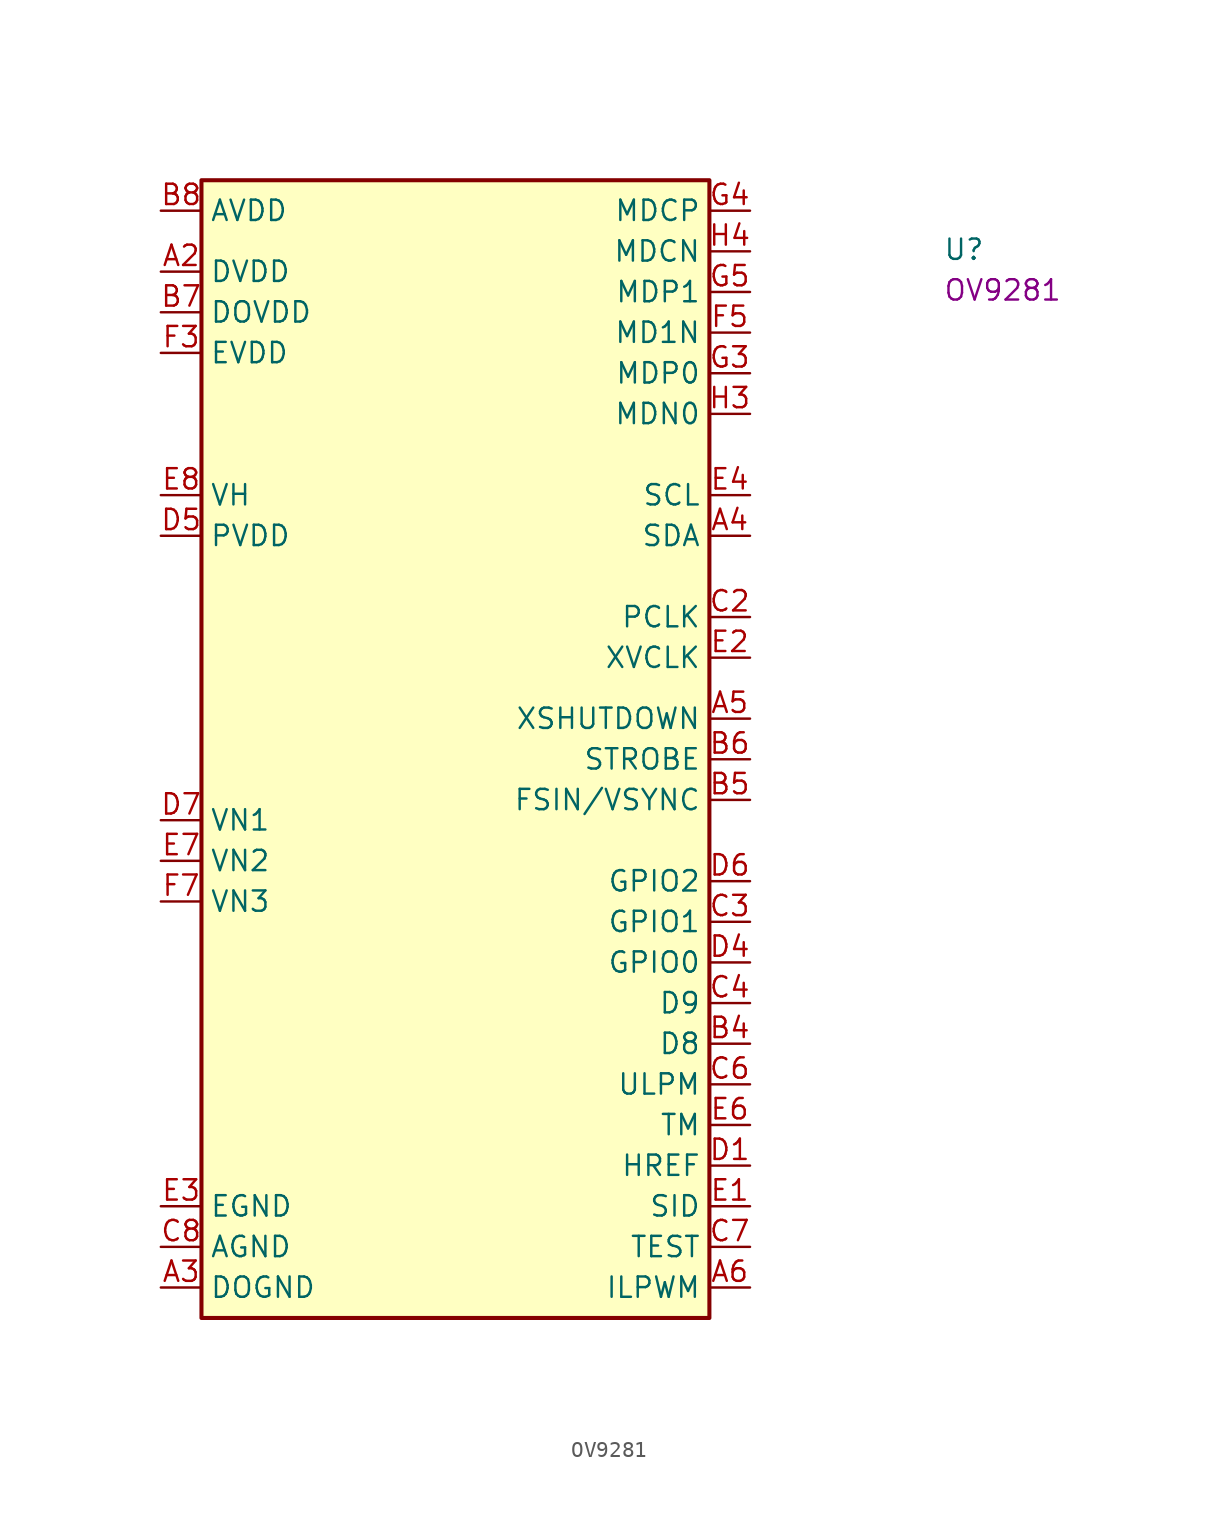
<source format=kicad_sym>
(kicad_symbol_lib
  (version 20220914)
  (generator kicad_symbol_editor)
  (symbol "OV9281"
    (property "Reference" "U"
      (at 48.895 -3.175 0)
      (effects (font (size 1.27 1.27) (thickness 0.15)) (justify left bottom)))
    (property "MPN" "OV9281"
      (at 48.895 -5.715 0)
      (effects (font (size 1.27 1.27) (thickness 0.15)) (justify left bottom)))
    (symbol "OV9281_1_1"
      (rectangle (start 2.54 1.905) (end 34.29 -69.215) (stroke (width 0.254) (type default)) (fill (type background)))
      (pin no_connect line (at 2.54 -49.53 0) (length 2.54) hide (name "~" (effects (font (size 1.27 1.27)))) (number "A1" (effects (font (size 1.27 1.27)))))
      (pin passive line (at 0 -3.81 0) (length 2.54) (name "DVDD" (effects (font (size 1.27 1.27)))) (number "A2" (effects (font (size 1.27 1.27)))))
      (pin power_in line (at 0 -67.31 0) (length 2.54) (name "DOGND" (effects (font (size 1.27 1.27)))) (number "A3" (effects (font (size 1.27 1.27)))))
      (pin passive line (at 36.83 -20.32 180) (length 2.54) (name "SDA" (effects (font (size 1.27 1.27)))) (number "A4" (effects (font (size 1.27 1.27)))))
      (pin passive line (at 36.83 -31.75 180) (length 2.54) (name "XSHUTDOWN" (effects (font (size 1.27 1.27)))) (number "A5" (effects (font (size 1.27 1.27)))))
      (pin passive line (at 36.83 -67.31 180) (length 2.54) (name "ILPWM" (effects (font (size 1.27 1.27)))) (number "A6" (effects (font (size 1.27 1.27)))))
      (pin passive line (at 0 -67.31 0) (length 2.54) hide (name "DOGND" (effects (font (size 1.27 1.27)))) (number "A7" (effects (font (size 1.27 1.27)))))
      (pin no_connect line (at 2.54 -50.8 0) (length 2.54) hide (name "~" (effects (font (size 1.27 1.27)))) (number "A8" (effects (font (size 1.27 1.27)))))
      (pin passive line (at 0 -3.81 0) (length 2.54) hide (name "DVDD" (effects (font (size 1.27 1.27)))) (number "B1" (effects (font (size 1.27 1.27)))))
      (pin passive line (at 0 -67.31 0) (length 2.54) hide (name "DOGND" (effects (font (size 1.27 1.27)))) (number "B2" (effects (font (size 1.27 1.27)))))
      (pin passive line (at 0 -3.81 0) (length 2.54) hide (name "DVDD" (effects (font (size 1.27 1.27)))) (number "B3" (effects (font (size 1.27 1.27)))))
      (pin passive line (at 36.83 -52.07 180) (length 2.54) (name "D8" (effects (font (size 1.27 1.27)))) (number "B4" (effects (font (size 1.27 1.27)))))
      (pin passive line (at 36.83 -36.83 180) (length 2.54) (name "FSIN/VSYNC" (effects (font (size 1.27 1.27)))) (number "B5" (effects (font (size 1.27 1.27)))))
      (pin passive line (at 36.83 -34.29 180) (length 2.54) (name "STROBE" (effects (font (size 1.27 1.27)))) (number "B6" (effects (font (size 1.27 1.27)))))
      (pin passive line (at 0 -6.35 0) (length 2.54) (name "DOVDD" (effects (font (size 1.27 1.27)))) (number "B7" (effects (font (size 1.27 1.27)))))
      (pin passive line (at 0 0 0) (length 2.54) (name "AVDD" (effects (font (size 1.27 1.27)))) (number "B8" (effects (font (size 1.27 1.27)))))
      (pin passive line (at 0 0 0) (length 2.54) hide (name "AVDD" (effects (font (size 1.27 1.27)))) (number "C1" (effects (font (size 1.27 1.27)))))
      (pin passive line (at 36.83 -25.4 180) (length 2.54) (name "PCLK" (effects (font (size 1.27 1.27)))) (number "C2" (effects (font (size 1.27 1.27)))))
      (pin passive line (at 36.83 -44.45 180) (length 2.54) (name "GPIO1" (effects (font (size 1.27 1.27)))) (number "C3" (effects (font (size 1.27 1.27)))))
      (pin passive line (at 36.83 -49.53 180) (length 2.54) (name "D9" (effects (font (size 1.27 1.27)))) (number "C4" (effects (font (size 1.27 1.27)))))
      (pin passive line (at 0 -3.81 0) (length 2.54) hide (name "DVDD" (effects (font (size 1.27 1.27)))) (number "C5" (effects (font (size 1.27 1.27)))))
      (pin passive line (at 36.83 -54.61 180) (length 2.54) (name "ULPM" (effects (font (size 1.27 1.27)))) (number "C6" (effects (font (size 1.27 1.27)))))
      (pin passive line (at 36.83 -64.77 180) (length 2.54) (name "TEST" (effects (font (size 1.27 1.27)))) (number "C7" (effects (font (size 1.27 1.27)))))
      (pin passive line (at 0 -64.77 0) (length 2.54) (name "AGND" (effects (font (size 1.27 1.27)))) (number "C8" (effects (font (size 1.27 1.27)))))
      (pin passive line (at 36.83 -59.69 180) (length 2.54) (name "HREF" (effects (font (size 1.27 1.27)))) (number "D1" (effects (font (size 1.27 1.27)))))
      (pin passive line (at 0 -64.77 0) (length 2.54) hide (name "AGND" (effects (font (size 1.27 1.27)))) (number "D2" (effects (font (size 1.27 1.27)))))
      (pin passive line (at 0 -6.35 0) (length 2.54) hide (name "DOVDD" (effects (font (size 1.27 1.27)))) (number "D3" (effects (font (size 1.27 1.27)))))
      (pin passive line (at 36.83 -46.99 180) (length 2.54) (name "GPIO0" (effects (font (size 1.27 1.27)))) (number "D4" (effects (font (size 1.27 1.27)))))
      (pin passive line (at 0 -20.32 0) (length 2.54) (name "PVDD" (effects (font (size 1.27 1.27)))) (number "D5" (effects (font (size 1.27 1.27)))))
      (pin passive line (at 36.83 -41.91 180) (length 2.54) (name "GPIO2" (effects (font (size 1.27 1.27)))) (number "D6" (effects (font (size 1.27 1.27)))))
      (pin passive line (at 0 -38.1 0) (length 2.54) (name "VN1" (effects (font (size 1.27 1.27)))) (number "D7" (effects (font (size 1.27 1.27)))))
      (pin passive line (at 0 -3.81 0) (length 2.54) hide (name "DVDD" (effects (font (size 1.27 1.27)))) (number "D8" (effects (font (size 1.27 1.27)))))
      (pin passive line (at 36.83 -62.23 180) (length 2.54) (name "SID" (effects (font (size 1.27 1.27)))) (number "E1" (effects (font (size 1.27 1.27)))))
      (pin passive line (at 36.83 -27.94 180) (length 2.54) (name "XVCLK" (effects (font (size 1.27 1.27)))) (number "E2" (effects (font (size 1.27 1.27)))))
      (pin passive line (at 0 -62.23 0) (length 2.54) (name "EGND" (effects (font (size 1.27 1.27)))) (number "E3" (effects (font (size 1.27 1.27)))))
      (pin passive line (at 36.83 -17.78 180) (length 2.54) (name "SCL" (effects (font (size 1.27 1.27)))) (number "E4" (effects (font (size 1.27 1.27)))))
      (pin passive line (at 0 -62.23 0) (length 2.54) hide (name "EGND" (effects (font (size 1.27 1.27)))) (number "E5" (effects (font (size 1.27 1.27)))))
      (pin passive line (at 36.83 -57.15 180) (length 2.54) (name "TM" (effects (font (size 1.27 1.27)))) (number "E6" (effects (font (size 1.27 1.27)))))
      (pin passive line (at 0 -40.64 0) (length 2.54) (name "VN2" (effects (font (size 1.27 1.27)))) (number "E7" (effects (font (size 1.27 1.27)))))
      (pin passive line (at 0 -17.78 0) (length 2.54) (name "VH" (effects (font (size 1.27 1.27)))) (number "E8" (effects (font (size 1.27 1.27)))))
      (pin passive line (at 0 -67.31 0) (length 2.54) hide (name "DOGND" (effects (font (size 1.27 1.27)))) (number "F1" (effects (font (size 1.27 1.27)))))
      (pin passive line (at 0 -3.81 0) (length 2.54) hide (name "DVDD" (effects (font (size 1.27 1.27)))) (number "F2" (effects (font (size 1.27 1.27)))))
      (pin passive line (at 0 -8.89 0) (length 2.54) (name "EVDD" (effects (font (size 1.27 1.27)))) (number "F3" (effects (font (size 1.27 1.27)))))
      (pin passive line (at 0 -67.31 0) (length 2.54) hide (name "DOGND" (effects (font (size 1.27 1.27)))) (number "F4" (effects (font (size 1.27 1.27)))))
      (pin passive line (at 36.83 -7.62 180) (length 2.54) (name "MD1N" (effects (font (size 1.27 1.27)))) (number "F5" (effects (font (size 1.27 1.27)))))
      (pin passive line (at 0 -67.31 0) (length 2.54) hide (name "DOGND" (effects (font (size 1.27 1.27)))) (number "F6" (effects (font (size 1.27 1.27)))))
      (pin passive line (at 0 -43.18 0) (length 2.54) (name "VN3" (effects (font (size 1.27 1.27)))) (number "F7" (effects (font (size 1.27 1.27)))))
      (pin passive line (at 0 -64.77 0) (length 2.54) hide (name "AGND" (effects (font (size 1.27 1.27)))) (number "F8" (effects (font (size 1.27 1.27)))))
      (pin passive line (at 0 -3.81 0) (length 2.54) hide (name "DVDD" (effects (font (size 1.27 1.27)))) (number "G1" (effects (font (size 1.27 1.27)))))
      (pin passive line (at 0 -67.31 0) (length 2.54) hide (name "DOGND" (effects (font (size 1.27 1.27)))) (number "G2" (effects (font (size 1.27 1.27)))))
      (pin passive line (at 36.83 -10.16 180) (length 2.54) (name "MDP0" (effects (font (size 1.27 1.27)))) (number "G3" (effects (font (size 1.27 1.27)))))
      (pin passive line (at 36.83 0 180) (length 2.54) (name "MDCP" (effects (font (size 1.27 1.27)))) (number "G4" (effects (font (size 1.27 1.27)))))
      (pin passive line (at 36.83 -5.08 180) (length 2.54) (name "MDP1" (effects (font (size 1.27 1.27)))) (number "G5" (effects (font (size 1.27 1.27)))))
      (pin passive line (at 0 -3.81 0) (length 2.54) hide (name "DVDD" (effects (font (size 1.27 1.27)))) (number "G6" (effects (font (size 1.27 1.27)))))
      (pin passive line (at 0 0 0) (length 2.54) hide (name "AVDD" (effects (font (size 1.27 1.27)))) (number "G7" (effects (font (size 1.27 1.27)))))
      (pin passive line (at 0 0 0) (length 2.54) hide (name "AVDD" (effects (font (size 1.27 1.27)))) (number "G8" (effects (font (size 1.27 1.27)))))
      (pin no_connect line (at 2.54 -52.07 0) (length 2.54) hide (name "~" (effects (font (size 1.27 1.27)))) (number "H1" (effects (font (size 1.27 1.27)))))
      (pin passive line (at 0 -6.35 0) (length 2.54) hide (name "DOVDD" (effects (font (size 1.27 1.27)))) (number "H2" (effects (font (size 1.27 1.27)))))
      (pin passive line (at 36.83 -12.7 180) (length 2.54) (name "MDN0" (effects (font (size 1.27 1.27)))) (number "H3" (effects (font (size 1.27 1.27)))))
      (pin passive line (at 36.83 -2.54 180) (length 2.54) (name "MDCN" (effects (font (size 1.27 1.27)))) (number "H4" (effects (font (size 1.27 1.27)))))
      (pin passive line (at 0 -8.89 0) (length 2.54) hide (name "EVDD" (effects (font (size 1.27 1.27)))) (number "H5" (effects (font (size 1.27 1.27)))))
      (pin passive line (at 0 -6.35 0) (length 2.54) hide (name "DOVDD" (effects (font (size 1.27 1.27)))) (number "H6" (effects (font (size 1.27 1.27)))))
      (pin passive line (at 0 -64.77 0) (length 2.54) hide (name "AGND" (effects (font (size 1.27 1.27)))) (number "H7" (effects (font (size 1.27 1.27)))))
      (pin no_connect line (at 2.54 -53.34 0) (length 2.54) hide (name "~" (effects (font (size 1.27 1.27)))) (number "H8" (effects (font (size 1.27 1.27))))))))
</source>
